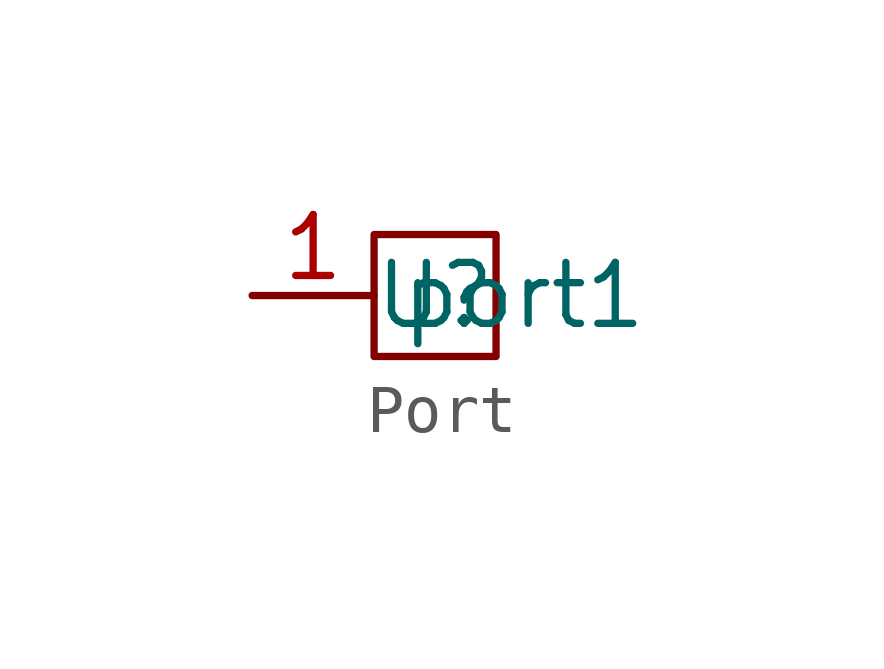
<source format=kicad_sym>
(kicad_symbol_lib
  (version 20241209)
  (generator "kicad_symbol_editor")
  (generator_version "9.0")
  (symbol "Port"
    (property "Reference" "U"
      (at 0 0 0)
      (effects (font (size 1.27 1.27))))
    (property "Value" ""
      (at 0 0 0)
      (effects (font (size 1.27 1.27))))
    (property "ki_locked" ""
      (at 0 0 0)
      (effects (font (size 1.27 1.27))))
    (symbol "Port_1_1"
      (rectangle (start -1.27 1.27) (end 1.27 -1.27) (stroke (width 0) (type default)) (fill (type none)))
      (pin input line (at -3.81 0 0) (length 2.54) (name "port1" (effects (font (size 1.27 1.27)))) (number "1" (effects (font (size 1.27 1.27))))))))
</source>
